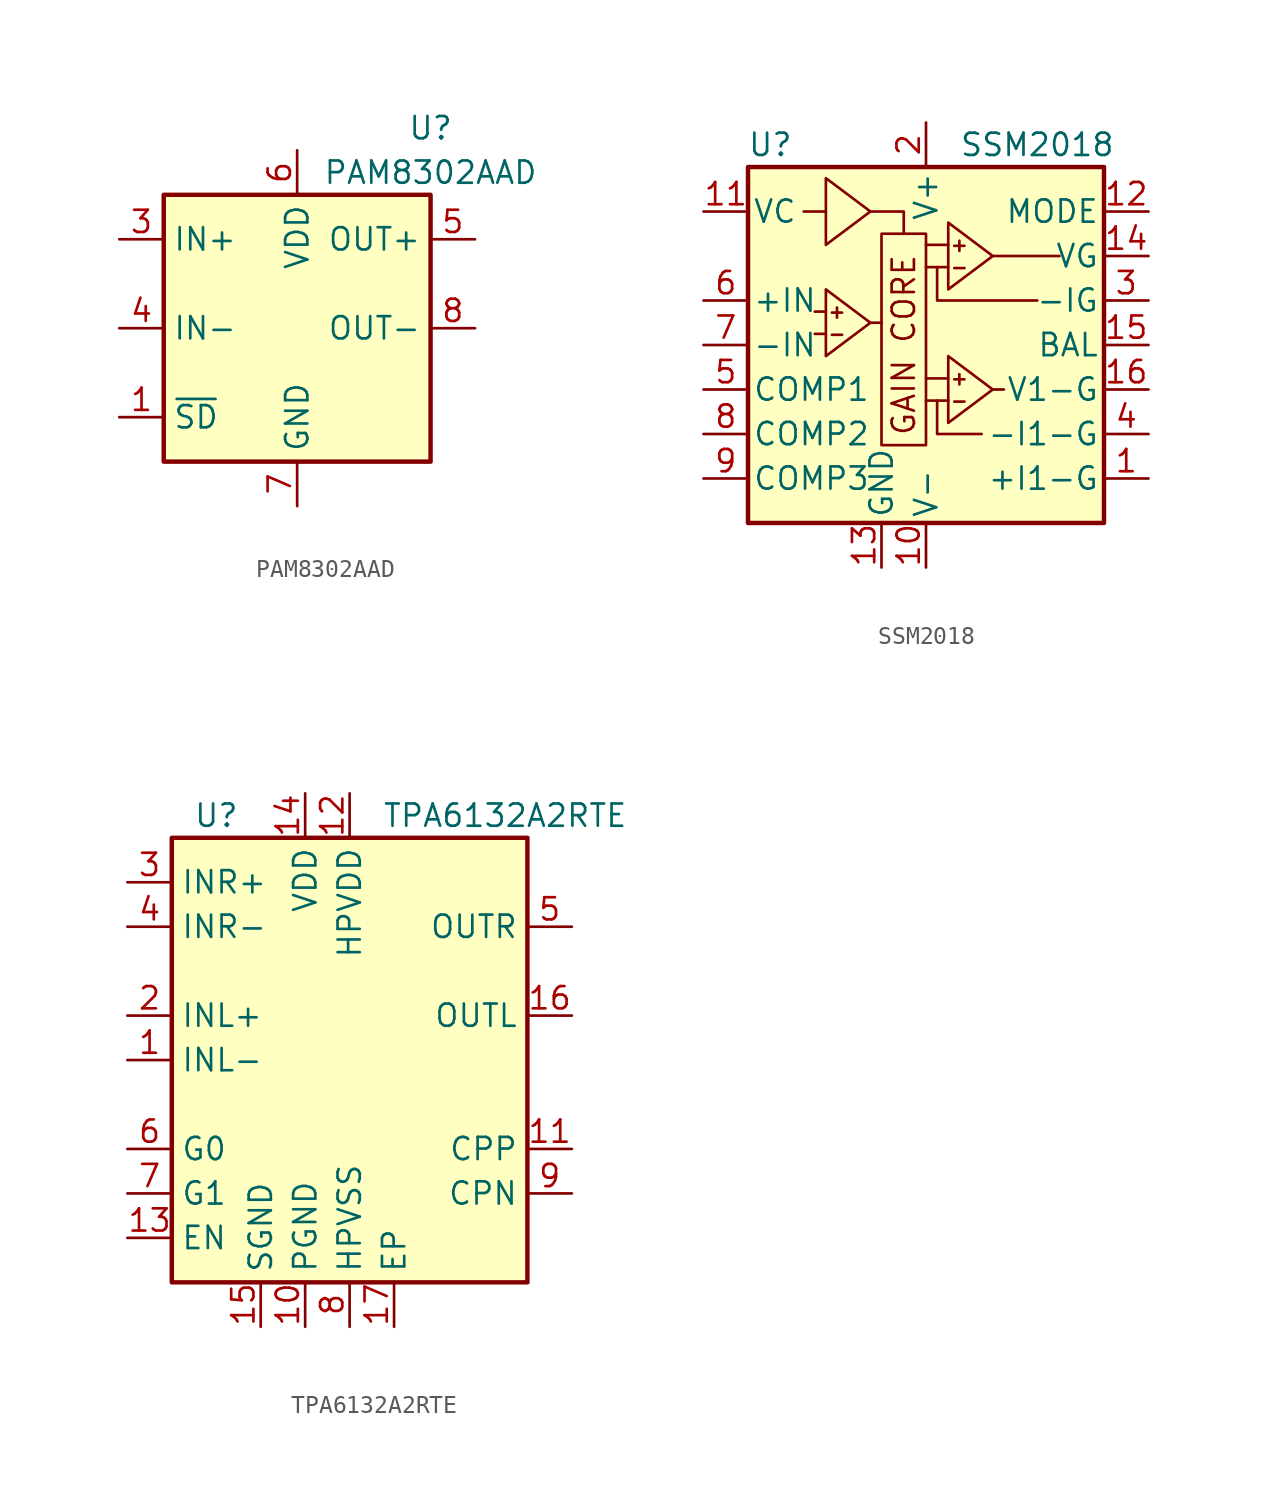
<source format=kicad_sym>
(kicad_symbol_lib
  (version 20200908)
  (generator kicad_symbol_editor)
  (symbol "Amplifier_Audio:PAM8302AAD"
    (property "Reference" "U"
      (at 7.62 11.43 0)
      (effects (font (size 1.27 1.27))))
    (property "Value" "PAM8302AAD"
      (at 7.62 8.89 0)
      (effects (font (size 1.27 1.27))))
    (symbol "PAM8302AAD_0_1"
      (rectangle (start -7.62 7.62) (end 7.62 -7.62) (stroke (width 0.254)) (fill (type background))))
    (symbol "PAM8302AAD_1_1"
      (pin input line (at -10.16 -5.08 0) (length 2.54) (name "~SD" (effects (font (size 1.27 1.27)))) (number "1" (effects (font (size 1.27 1.27)))))
      (pin unconnected line (at 7.62 -5.08 180) (length 2.54) hide (name "NC" (effects (font (size 1.27 1.27)))) (number "2" (effects (font (size 1.27 1.27)))))
      (pin input line (at -10.16 5.08 0) (length 2.54) (name "IN+" (effects (font (size 1.27 1.27)))) (number "3" (effects (font (size 1.27 1.27)))))
      (pin input line (at -10.16 0 0) (length 2.54) (name "IN-" (effects (font (size 1.27 1.27)))) (number "4" (effects (font (size 1.27 1.27)))))
      (pin output line (at 10.16 5.08 180) (length 2.54) (name "OUT+" (effects (font (size 1.27 1.27)))) (number "5" (effects (font (size 1.27 1.27)))))
      (pin power_in line (at 0 10.16 270) (length 2.54) (name "VDD" (effects (font (size 1.27 1.27)))) (number "6" (effects (font (size 1.27 1.27)))))
      (pin power_in line (at 0 -10.16 90) (length 2.54) (name "GND" (effects (font (size 1.27 1.27)))) (number "7" (effects (font (size 1.27 1.27)))))
      (pin output line (at 10.16 0 180) (length 2.54) (name "OUT-" (effects (font (size 1.27 1.27)))) (number "8" (effects (font (size 1.27 1.27)))))))
  (symbol "Amplifier_Audio:SSM2018"
    (pin_names
      (offset 0.254))
    (property "Reference" "U"
      (at -8.89 11.43 0)
      (effects (font (size 1.27 1.27))))
    (property "Value" "SSM2018"
      (at 6.35 11.43 0)
      (effects (font (size 1.27 1.27))))
    (symbol "SSM2018_0_0"
      (text "+" (at -5.08 1.905 0) (effects (font (size 0.762 0.762))))
      (text "+" (at 1.905 -1.905 0) (effects (font (size 0.762 0.762))))
      (text "+" (at 1.905 5.715 0) (effects (font (size 0.762 0.762))))
      (text "-" (at -5.08 0.635 0) (effects (font (size 0.762 0.762))))
      (text "-" (at 1.905 -3.175 0) (effects (font (size 0.762 0.762))))
      (text "-" (at 1.905 4.445 0) (effects (font (size 0.762 0.762)))))
    (symbol "SSM2018_0_1"
      (text "GAIN CORE" (at -1.27 0 900) (effects (font (size 1.27 1.27))))
      (rectangle (start -10.16 10.16) (end 10.16 -10.16) (stroke (width 0.254)) (fill (type background)))
      (rectangle (start -2.54 6.35) (end 0 -5.715) (stroke (width 0)) (fill (type none)))
      (polyline (pts (xy -5.715 0.635) (xy -6.35 0.635)) (stroke (width 0)) (fill (type none)))
      (polyline (pts (xy -5.715 1.905) (xy -6.35 1.905)) (stroke (width 0)) (fill (type none)))
      (polyline (pts (xy -5.715 7.62) (xy -6.985 7.62)) (stroke (width 0)) (fill (type none)))
      (polyline (pts (xy -3.175 1.27) (xy -2.54 1.27)) (stroke (width 0)) (fill (type none)))
      (polyline (pts (xy 0 -1.905) (xy 1.27 -1.905)) (stroke (width 0)) (fill (type none)))
      (polyline (pts (xy 0 5.715) (xy 1.27 5.715)) (stroke (width 0)) (fill (type none)))
      (polyline (pts (xy 1.27 -3.175) (xy 0 -3.175)) (stroke (width 0)) (fill (type none)))
      (polyline (pts (xy 1.27 4.445) (xy 0 4.445)) (stroke (width 0)) (fill (type none)))
      (polyline (pts (xy 3.81 -2.54) (xy 4.445 -2.54)) (stroke (width 0)) (fill (type none)))
      (polyline (pts (xy 3.81 5.08) (xy 7.62 5.08)) (stroke (width 0)) (fill (type none)))
      (polyline (pts (xy -3.175 7.62) (xy -1.27 7.62) (xy -1.27 6.35)) (stroke (width 0)) (fill (type none)))
      (polyline (pts (xy 0.635 -3.175) (xy 0.635 -5.08) (xy 3.175 -5.08)) (stroke (width 0)) (fill (type none)))
      (polyline (pts (xy 0.635 4.445) (xy 0.635 2.54) (xy 6.35 2.54)) (stroke (width 0)) (fill (type none)))
      (polyline (pts (xy -5.715 3.175) (xy -3.175 1.27) (xy -5.715 -0.635) (xy -5.715 3.175)) (stroke (width 0)) (fill (type none)))
      (polyline (pts (xy -5.715 9.525) (xy -3.175 7.62) (xy -5.715 5.715) (xy -5.715 9.525)) (stroke (width 0)) (fill (type none)))
      (polyline (pts (xy 1.27 -0.635) (xy 3.81 -2.54) (xy 1.27 -4.445) (xy 1.27 -0.635)) (stroke (width 0)) (fill (type none)))
      (polyline (pts (xy 1.27 6.985) (xy 3.81 5.08) (xy 1.27 3.175) (xy 1.27 6.985)) (stroke (width 0)) (fill (type none)))
      (pin passive line (at -12.7 -7.62 0) (length 2.54) (name "COMP3" (effects (font (size 1.27 1.27)))) (number "9" (effects (font (size 1.27 1.27))))))
    (symbol "SSM2018_1_1"
      (pin output line (at 12.7 -7.62 180) (length 2.54) (name "+I1-G" (effects (font (size 1.27 1.27)))) (number "1" (effects (font (size 1.27 1.27)))))
      (pin power_in line (at 0 -12.7 90) (length 2.54) (name "V-" (effects (font (size 1.27 1.27)))) (number "10" (effects (font (size 1.27 1.27)))))
      (pin input line (at -12.7 7.62 0) (length 2.54) (name "VC" (effects (font (size 1.27 1.27)))) (number "11" (effects (font (size 1.27 1.27)))))
      (pin input line (at 12.7 7.62 180) (length 2.54) (name "MODE" (effects (font (size 1.27 1.27)))) (number "12" (effects (font (size 1.27 1.27)))))
      (pin power_in line (at -2.54 -12.7 90) (length 2.54) (name "GND" (effects (font (size 1.27 1.27)))) (number "13" (effects (font (size 1.27 1.27)))))
      (pin output line (at 12.7 5.08 180) (length 2.54) (name "VG" (effects (font (size 1.27 1.27)))) (number "14" (effects (font (size 1.27 1.27)))))
      (pin input line (at 12.7 0 180) (length 2.54) (name "BAL" (effects (font (size 1.27 1.27)))) (number "15" (effects (font (size 1.27 1.27)))))
      (pin output line (at 12.7 -2.54 180) (length 2.54) (name "V1-G" (effects (font (size 1.27 1.27)))) (number "16" (effects (font (size 1.27 1.27)))))
      (pin power_in line (at 0 12.7 270) (length 2.54) (name "V+" (effects (font (size 1.27 1.27)))) (number "2" (effects (font (size 1.27 1.27)))))
      (pin output line (at 12.7 2.54 180) (length 2.54) (name "-IG" (effects (font (size 1.27 1.27)))) (number "3" (effects (font (size 1.27 1.27)))))
      (pin output line (at 12.7 -5.08 180) (length 2.54) (name "-I1-G" (effects (font (size 1.27 1.27)))) (number "4" (effects (font (size 1.27 1.27)))))
      (pin passive line (at -12.7 -2.54 0) (length 2.54) (name "COMP1" (effects (font (size 1.27 1.27)))) (number "5" (effects (font (size 1.27 1.27)))))
      (pin input line (at -12.7 2.54 0) (length 2.54) (name "+IN" (effects (font (size 1.27 1.27)))) (number "6" (effects (font (size 1.27 1.27)))))
      (pin input line (at -12.7 0 0) (length 2.54) (name "-IN" (effects (font (size 1.27 1.27)))) (number "7" (effects (font (size 1.27 1.27)))))
      (pin passive line (at -12.7 -5.08 0) (length 2.54) (name "COMP2" (effects (font (size 1.27 1.27)))) (number "8" (effects (font (size 1.27 1.27)))))))
  (symbol "Amplifier_Audio:TPA6132A2RTE"
    (property "Reference" "U"
      (at -7.62 13.97 0)
      (effects (font (size 1.27 1.27))))
    (property "Value" "TPA6132A2RTE"
      (at 8.89 13.97 0)
      (effects (font (size 1.27 1.27))))
    (symbol "TPA6132A2RTE_0_1"
      (rectangle (start -10.16 12.7) (end 10.16 -12.7) (stroke (width 0.254)) (fill (type background))))
    (symbol "TPA6132A2RTE_1_1"
      (pin input line (at -12.7 0 0) (length 2.54) (name "INL-" (effects (font (size 1.27 1.27)))) (number "1" (effects (font (size 1.27 1.27)))))
      (pin power_in line (at -2.54 -15.24 90) (length 2.54) (name "PGND" (effects (font (size 1.27 1.27)))) (number "10" (effects (font (size 1.27 1.27)))))
      (pin passive line (at 12.7 -5.08 180) (length 2.54) (name "CPP" (effects (font (size 1.27 1.27)))) (number "11" (effects (font (size 1.27 1.27)))))
      (pin power_in line (at 0 15.24 270) (length 2.54) (name "HPVDD" (effects (font (size 1.27 1.27)))) (number "12" (effects (font (size 1.27 1.27)))))
      (pin input line (at -12.7 -10.16 0) (length 2.54) (name "EN" (effects (font (size 1.27 1.27)))) (number "13" (effects (font (size 1.27 1.27)))))
      (pin power_in line (at -2.54 15.24 270) (length 2.54) (name "VDD" (effects (font (size 1.27 1.27)))) (number "14" (effects (font (size 1.27 1.27)))))
      (pin power_in line (at -5.08 -15.24 90) (length 2.54) (name "SGND" (effects (font (size 1.27 1.27)))) (number "15" (effects (font (size 1.27 1.27)))))
      (pin output line (at 12.7 2.54 180) (length 2.54) (name "OUTL" (effects (font (size 1.27 1.27)))) (number "16" (effects (font (size 1.27 1.27)))))
      (pin passive line (at 2.54 -15.24 90) (length 2.54) (name "EP" (effects (font (size 1.27 1.27)))) (number "17" (effects (font (size 1.27 1.27)))))
      (pin input line (at -12.7 2.54 0) (length 2.54) (name "INL+" (effects (font (size 1.27 1.27)))) (number "2" (effects (font (size 1.27 1.27)))))
      (pin input line (at -12.7 10.16 0) (length 2.54) (name "INR+" (effects (font (size 1.27 1.27)))) (number "3" (effects (font (size 1.27 1.27)))))
      (pin input line (at -12.7 7.62 0) (length 2.54) (name "INR-" (effects (font (size 1.27 1.27)))) (number "4" (effects (font (size 1.27 1.27)))))
      (pin output line (at 12.7 7.62 180) (length 2.54) (name "OUTR" (effects (font (size 1.27 1.27)))) (number "5" (effects (font (size 1.27 1.27)))))
      (pin input line (at -12.7 -5.08 0) (length 2.54) (name "G0" (effects (font (size 1.27 1.27)))) (number "6" (effects (font (size 1.27 1.27)))))
      (pin input line (at -12.7 -7.62 0) (length 2.54) (name "G1" (effects (font (size 1.27 1.27)))) (number "7" (effects (font (size 1.27 1.27)))))
      (pin power_in line (at 0 -15.24 90) (length 2.54) (name "HPVSS" (effects (font (size 1.27 1.27)))) (number "8" (effects (font (size 1.27 1.27)))))
      (pin passive line (at 12.7 -7.62 180) (length 2.54) (name "CPN" (effects (font (size 1.27 1.27)))) (number "9" (effects (font (size 1.27 1.27))))))))
</source>
